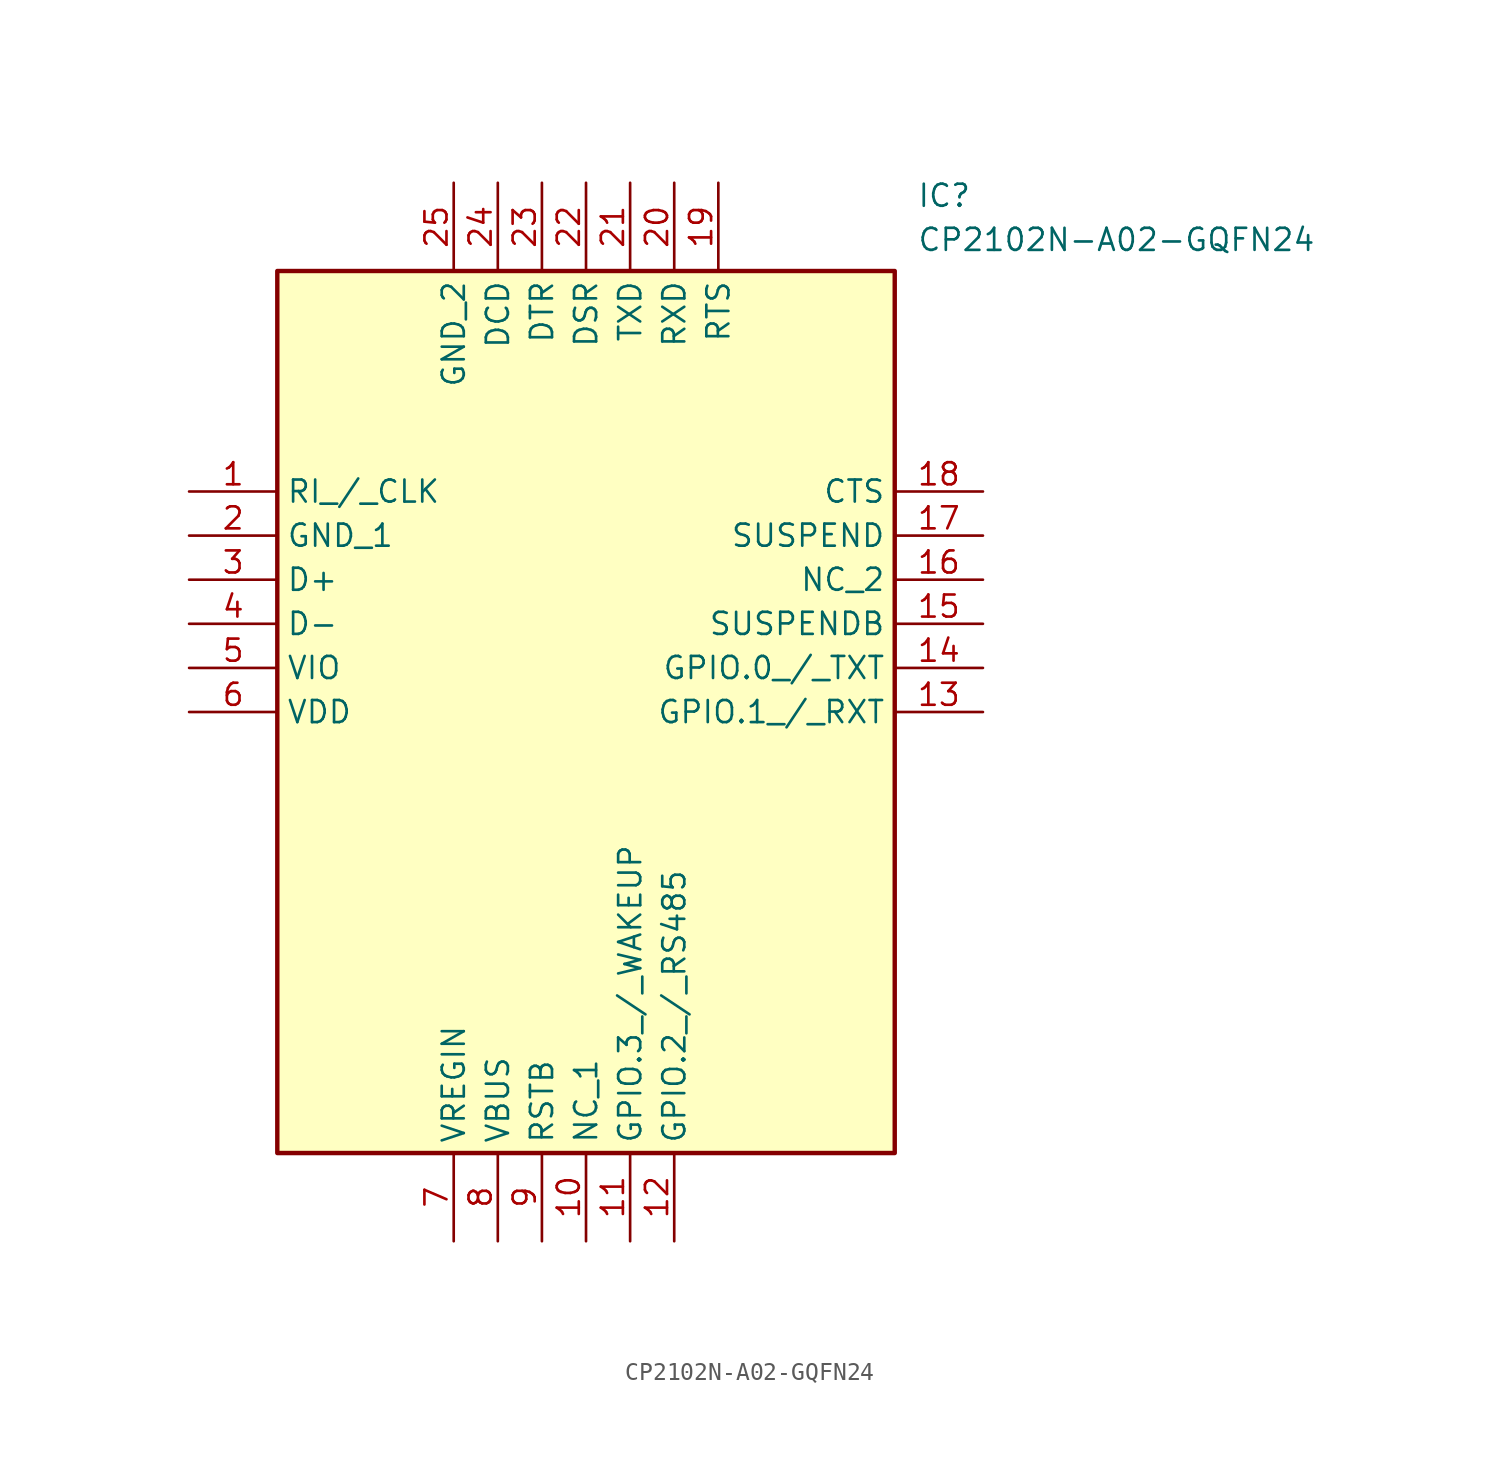
<source format=kicad_sym>
(kicad_symbol_lib
  (version 20211014)
  (generator SamacSys_ECAD_Model)
  (symbol "CP2102N-A02-GQFN24"
    (property "Reference" "IC"
      (at 41.91 17.78 0)
      (effects (font (size 1.27 1.27)) (justify left top)))
    (property "Value" "CP2102N-A02-GQFN24"
      (at 41.91 15.24 0)
      (effects (font (size 1.27 1.27)) (justify left top)))
    (rectangle
      (start 5.08 12.7)
      (end 40.64 -38.1)
      (stroke (width 0.254) (type default))
      (fill (type background)))
    (pin passive line
      (at 0 0 0)
      (length 5.08)
      (name "RI_/_CLK" (effects (font (size 1.27 1.27))))
      (number "1" (effects (font (size 1.27 1.27)))))
    (pin passive line
      (at 0 -2.54 0)
      (length 5.08)
      (name "GND_1" (effects (font (size 1.27 1.27))))
      (number "2" (effects (font (size 1.27 1.27)))))
    (pin passive line
      (at 0 -5.08 0)
      (length 5.08)
      (name "D+" (effects (font (size 1.27 1.27))))
      (number "3" (effects (font (size 1.27 1.27)))))
    (pin passive line
      (at 0 -7.62 0)
      (length 5.08)
      (name "D-" (effects (font (size 1.27 1.27))))
      (number "4" (effects (font (size 1.27 1.27)))))
    (pin passive line
      (at 0 -10.16 0)
      (length 5.08)
      (name "VIO" (effects (font (size 1.27 1.27))))
      (number "5" (effects (font (size 1.27 1.27)))))
    (pin passive line
      (at 0 -12.7 0)
      (length 5.08)
      (name "VDD" (effects (font (size 1.27 1.27))))
      (number "6" (effects (font (size 1.27 1.27)))))
    (pin passive line
      (at 15.24 -43.18 90)
      (length 5.08)
      (name "VREGIN" (effects (font (size 1.27 1.27))))
      (number "7" (effects (font (size 1.27 1.27)))))
    (pin passive line
      (at 17.78 -43.18 90)
      (length 5.08)
      (name "VBUS" (effects (font (size 1.27 1.27))))
      (number "8" (effects (font (size 1.27 1.27)))))
    (pin passive line
      (at 20.32 -43.18 90)
      (length 5.08)
      (name "RSTB" (effects (font (size 1.27 1.27))))
      (number "9" (effects (font (size 1.27 1.27)))))
    (pin passive line
      (at 22.86 -43.18 90)
      (length 5.08)
      (name "NC_1" (effects (font (size 1.27 1.27))))
      (number "10" (effects (font (size 1.27 1.27)))))
    (pin passive line
      (at 25.4 -43.18 90)
      (length 5.08)
      (name "GPIO.3_/_WAKEUP" (effects (font (size 1.27 1.27))))
      (number "11" (effects (font (size 1.27 1.27)))))
    (pin passive line
      (at 27.94 -43.18 90)
      (length 5.08)
      (name "GPIO.2_/_RS485" (effects (font (size 1.27 1.27))))
      (number "12" (effects (font (size 1.27 1.27)))))
    (pin passive line
      (at 45.72 0 180)
      (length 5.08)
      (name "CTS" (effects (font (size 1.27 1.27))))
      (number "18" (effects (font (size 1.27 1.27)))))
    (pin passive line
      (at 45.72 -2.54 180)
      (length 5.08)
      (name "SUSPEND" (effects (font (size 1.27 1.27))))
      (number "17" (effects (font (size 1.27 1.27)))))
    (pin passive line
      (at 45.72 -5.08 180)
      (length 5.08)
      (name "NC_2" (effects (font (size 1.27 1.27))))
      (number "16" (effects (font (size 1.27 1.27)))))
    (pin passive line
      (at 45.72 -7.62 180)
      (length 5.08)
      (name "SUSPENDB" (effects (font (size 1.27 1.27))))
      (number "15" (effects (font (size 1.27 1.27)))))
    (pin passive line
      (at 45.72 -10.16 180)
      (length 5.08)
      (name "GPIO.0_/_TXT" (effects (font (size 1.27 1.27))))
      (number "14" (effects (font (size 1.27 1.27)))))
    (pin passive line
      (at 45.72 -12.7 180)
      (length 5.08)
      (name "GPIO.1_/_RXT" (effects (font (size 1.27 1.27))))
      (number "13" (effects (font (size 1.27 1.27)))))
    (pin passive line
      (at 15.24 17.78 270)
      (length 5.08)
      (name "GND_2" (effects (font (size 1.27 1.27))))
      (number "25" (effects (font (size 1.27 1.27)))))
    (pin passive line
      (at 17.78 17.78 270)
      (length 5.08)
      (name "DCD" (effects (font (size 1.27 1.27))))
      (number "24" (effects (font (size 1.27 1.27)))))
    (pin passive line
      (at 20.32 17.78 270)
      (length 5.08)
      (name "DTR" (effects (font (size 1.27 1.27))))
      (number "23" (effects (font (size 1.27 1.27)))))
    (pin passive line
      (at 22.86 17.78 270)
      (length 5.08)
      (name "DSR" (effects (font (size 1.27 1.27))))
      (number "22" (effects (font (size 1.27 1.27)))))
    (pin passive line
      (at 25.4 17.78 270)
      (length 5.08)
      (name "TXD" (effects (font (size 1.27 1.27))))
      (number "21" (effects (font (size 1.27 1.27)))))
    (pin passive line
      (at 27.94 17.78 270)
      (length 5.08)
      (name "RXD" (effects (font (size 1.27 1.27))))
      (number "20" (effects (font (size 1.27 1.27)))))
    (pin passive line
      (at 30.48 17.78 270)
      (length 5.08)
      (name "RTS" (effects (font (size 1.27 1.27))))
      (number "19" (effects (font (size 1.27 1.27)))))))
</source>
